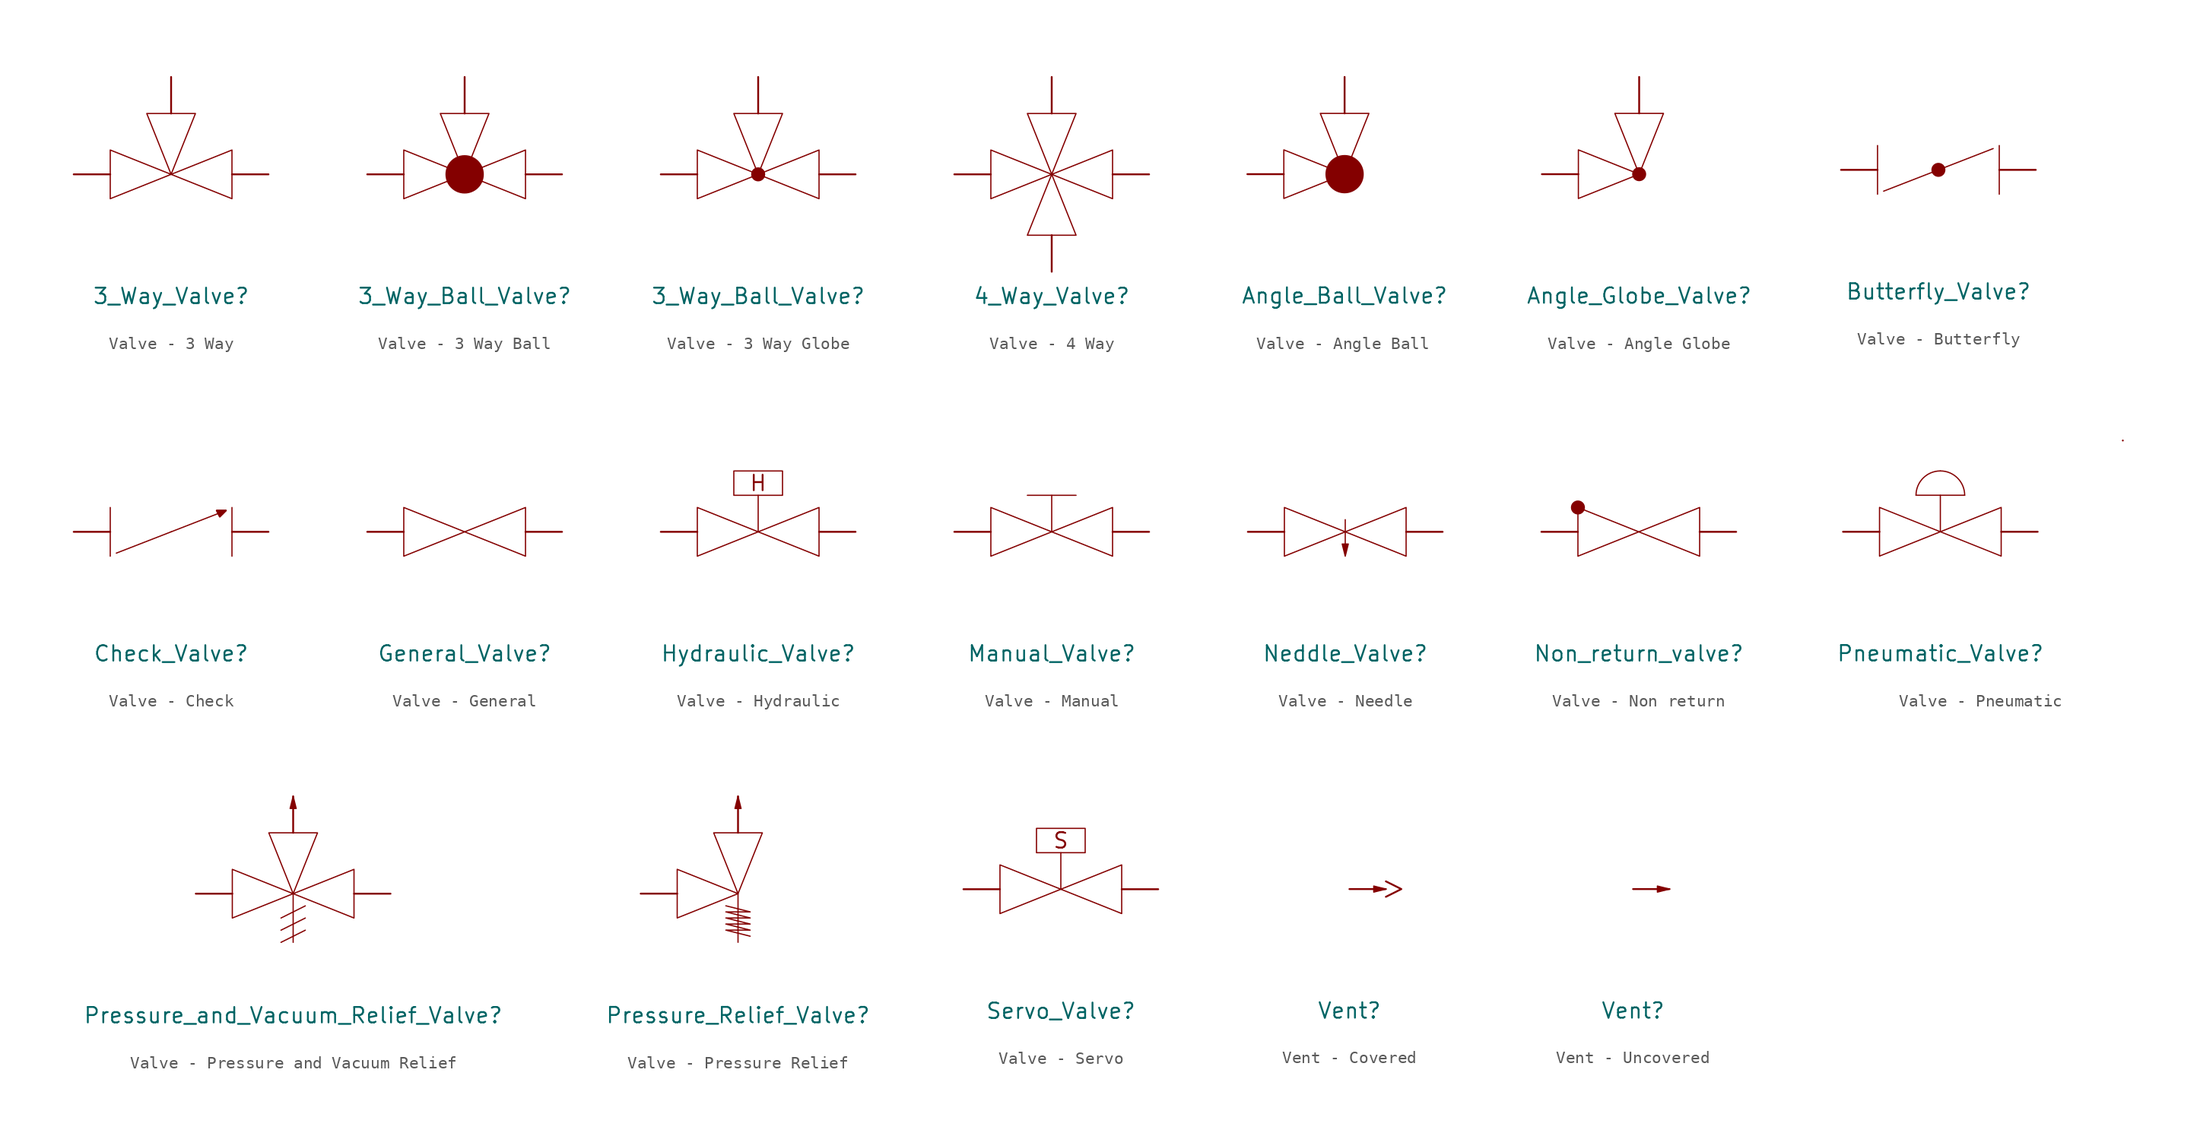
<source format=kicad_sym>
(kicad_symbol_lib
  (version 20231120)
  (generator "kicad_symbol_editor")
  (generator_version "8.0")
  (symbol "Valve - 3 Way"
    (property Reference "3_Way_Valve"
      (at 0 -10 0)
      (effects (font (size 1.27 1.27))))
    (property Value ""
      (at 0 0 0)
      (effects (font (size 1.27 1.27))))
    (symbol "Valve - 3 Way_1_1"
      (rectangle private (start -8 8) (end 8 -8) (stroke (width 0.1) (type dot)) (fill (type none)))
      (rectangle private (start -5 5) (end 5 -5) (stroke (width 0.1) (type dot)) (fill (type none)))
      (polyline (pts (xy 0 0) (xy -5 2) (xy -5 -2) (xy 0 0)) (stroke (width 0.1) (type default)) (fill (type none)))
      (polyline (pts (xy 0 0) (xy -2 5) (xy 2 5) (xy 0 0)) (stroke (width 0.1) (type default)) (fill (type none)))
      (polyline (pts (xy 0 0) (xy 5 2) (xy 5 -2) (xy 0 0)) (stroke (width 0.1) (type default)) (fill (type none)))
      (pin bidirectional line (at -8 0 0) (length 3) (name "" (effects (font (size 1.27 1.27)))) (number "" (effects (font (size 1.27 1.27)))))
      (pin bidirectional line (at 0 8 270) (length 3) (name "" (effects (font (size 1.27 1.27)))) (number "" (effects (font (size 1.27 1.27)))))
      (pin bidirectional line (at 8 0 180) (length 3) (name "" (effects (font (size 1.27 1.27)))) (number "" (effects (font (size 1.27 1.27)))))))
  (symbol "Valve - 3 Way Ball"
    (property Reference "3_Way_Ball_Valve"
      (at 0 -10 0)
      (effects (font (size 1.27 1.27))))
    (property Value ""
      (at 0 0 0)
      (effects (font (size 1.27 1.27))))
    (symbol "Valve - 3 Way Ball_1_1"
      (rectangle private (start -8 8) (end 8 -8) (stroke (width 0.1) (type dot)) (fill (type none)))
      (rectangle private (start -5 5) (end 5 -5) (stroke (width 0.1) (type dot)) (fill (type none)))
      (polyline (pts (xy 0 0) (xy -5 2) (xy -5 -2) (xy 0 0)) (stroke (width 0.1) (type default)) (fill (type none)))
      (polyline (pts (xy 0 0) (xy -2 5) (xy 2 5) (xy 0 0)) (stroke (width 0.1) (type default)) (fill (type none)))
      (polyline (pts (xy 0 0) (xy 5 2) (xy 5 -2) (xy 0 0)) (stroke (width 0.1) (type default)) (fill (type none)))
      (circle (center 0 0) (radius 1.5) (stroke (width 0) (type default)) (fill (type outline)))
      (pin bidirectional line (at -8 0 0) (length 3) (name "" (effects (font (size 1.27 1.27)))) (number "" (effects (font (size 1.27 1.27)))))
      (pin bidirectional line (at 0 8 270) (length 3) (name "" (effects (font (size 1.27 1.27)))) (number "" (effects (font (size 1.27 1.27)))))
      (pin bidirectional line (at 8 0 180) (length 3) (name "" (effects (font (size 1.27 1.27)))) (number "" (effects (font (size 1.27 1.27)))))))
  (symbol "Valve - 3 Way Globe"
    (property Reference "3_Way_Ball_Valve"
      (at 0 -10 0)
      (effects (font (size 1.27 1.27))))
    (property Value ""
      (at 0 0 0)
      (effects (font (size 1.27 1.27))))
    (symbol "Valve - 3 Way Globe_1_1"
      (rectangle private (start -8 8) (end 8 -8) (stroke (width 0.1) (type dot)) (fill (type none)))
      (rectangle private (start -5 5) (end 5 -5) (stroke (width 0.1) (type dot)) (fill (type none)))
      (polyline (pts (xy 0 0) (xy -5 2) (xy -5 -2) (xy 0 0)) (stroke (width 0.1) (type default)) (fill (type none)))
      (polyline (pts (xy 0 0) (xy -2 5) (xy 2 5) (xy 0 0)) (stroke (width 0.1) (type default)) (fill (type none)))
      (polyline (pts (xy 0 0) (xy 5 2) (xy 5 -2) (xy 0 0)) (stroke (width 0.1) (type default)) (fill (type none)))
      (circle (center 0 0) (radius 0.5) (stroke (width 0) (type default)) (fill (type outline)))
      (pin bidirectional line (at -8 0 0) (length 3) (name "" (effects (font (size 1.27 1.27)))) (number "" (effects (font (size 1.27 1.27)))))
      (pin bidirectional line (at 0 8 270) (length 3) (name "" (effects (font (size 1.27 1.27)))) (number "" (effects (font (size 1.27 1.27)))))
      (pin bidirectional line (at 8 0 180) (length 3) (name "" (effects (font (size 1.27 1.27)))) (number "" (effects (font (size 1.27 1.27)))))))
  (symbol "Valve - 4 Way"
    (property Reference "4_Way_Valve"
      (at 0 -10 0)
      (effects (font (size 1.27 1.27))))
    (property Value ""
      (at 0 0 0)
      (effects (font (size 1.27 1.27))))
    (symbol "Valve - 4 Way_1_1"
      (rectangle private (start -8 8) (end 8 -8) (stroke (width 0.1) (type dot)) (fill (type none)))
      (rectangle private (start -5 5) (end 5 -5) (stroke (width 0.1) (type dot)) (fill (type none)))
      (polyline (pts (xy 0 0) (xy -5 2) (xy -5 -2) (xy 0 0)) (stroke (width 0.1) (type default)) (fill (type none)))
      (polyline (pts (xy 0 0) (xy -2 -5) (xy 2 -5) (xy 0 0)) (stroke (width 0.1) (type default)) (fill (type none)))
      (polyline (pts (xy 0 0) (xy -2 5) (xy 2 5) (xy 0 0)) (stroke (width 0.1) (type default)) (fill (type none)))
      (polyline (pts (xy 0 0) (xy 5 2) (xy 5 -2) (xy 0 0)) (stroke (width 0.1) (type default)) (fill (type none)))
      (pin bidirectional line (at -8 0 0) (length 3) (name "" (effects (font (size 1.27 1.27)))) (number "" (effects (font (size 1.27 1.27)))))
      (pin bidirectional line (at 0 -8 90) (length 3) (name "" (effects (font (size 1.27 1.27)))) (number "" (effects (font (size 1.27 1.27)))))
      (pin bidirectional line (at 0 8 270) (length 3) (name "" (effects (font (size 1.27 1.27)))) (number "" (effects (font (size 1.27 1.27)))))
      (pin bidirectional line (at 8 0 180) (length 3) (name "" (effects (font (size 1.27 1.27)))) (number "" (effects (font (size 1.27 1.27)))))))
  (symbol "Valve - Angle Ball"
    (property Reference Angle_Ball_Valve
      (at 0 -10 0)
      (effects (font (size 1.27 1.27))))
    (property Value ""
      (at 0 0 0)
      (effects (font (size 1.27 1.27))))
    (symbol "Valve - Angle Ball_1_1"
      (rectangle private (start -8 8) (end 8 -8) (stroke (width 0.1) (type dot)) (fill (type none)))
      (rectangle private (start -5 5) (end 5 -5) (stroke (width 0.1) (type dot)) (fill (type none)))
      (polyline (pts (xy 0 0) (xy -5 2) (xy -5 -2) (xy 0 0)) (stroke (width 0.1) (type default)) (fill (type none)))
      (polyline (pts (xy 0 0) (xy -2 5) (xy 2 5) (xy 0 0)) (stroke (width 0.1) (type default)) (fill (type none)))
      (circle (center 0 0) (radius 1.5) (stroke (width 0) (type default)) (fill (type outline)))
      (pin bidirectional line (at -8 0 0) (length 3) (name "" (effects (font (size 1.27 1.27)))) (number "" (effects (font (size 1.27 1.27)))))
      (pin bidirectional line (at 0 8 270) (length 3) (name "" (effects (font (size 1.27 1.27)))) (number "" (effects (font (size 1.27 1.27)))))))
  (symbol "Valve - Angle Globe"
    (property Reference Angle_Globe_Valve
      (at 0 -10 0)
      (effects (font (size 1.27 1.27))))
    (property Value ""
      (at 0 0 0)
      (effects (font (size 1.27 1.27))))
    (symbol "Valve - Angle Globe_1_1"
      (rectangle private (start -8 8) (end 8 -8) (stroke (width 0.1) (type dot)) (fill (type none)))
      (rectangle private (start -5 5) (end 5 -5) (stroke (width 0.1) (type dot)) (fill (type none)))
      (polyline (pts (xy 0 0) (xy -5 2) (xy -5 -2) (xy 0 0)) (stroke (width 0.1) (type default)) (fill (type none)))
      (polyline (pts (xy 0 0) (xy -2 5) (xy 2 5) (xy 0 0)) (stroke (width 0.1) (type default)) (fill (type none)))
      (circle (center 0 0) (radius 0.5) (stroke (width 0) (type default)) (fill (type outline)))
      (pin bidirectional line (at -8 0 0) (length 3) (name "" (effects (font (size 1.27 1.27)))) (number "" (effects (font (size 1.27 1.27)))))
      (pin bidirectional line (at 0 8 270) (length 3) (name "" (effects (font (size 1.27 1.27)))) (number "" (effects (font (size 1.27 1.27)))))))
  (symbol "Valve - Butterfly"
    (property Reference Butterfly_Valve
      (at 0 -10 0)
      (effects (font (size 1.27 1.27))))
    (property Value ""
      (at -0.25 0 0)
      (effects (font (size 1.27 1.27))))
    (symbol "Valve - Butterfly_1_1"
      (rectangle private (start -8 8) (end 8 -8) (stroke (width 0.1) (type dot)) (fill (type none)))
      (rectangle private (start -5 5) (end 5 -5) (stroke (width 0.1) (type dot)) (fill (type none)))
      (polyline (pts (xy -5 2) (xy -5 -2)) (stroke (width 0.1) (type default)) (fill (type none)))
      (polyline (pts (xy -4.5 -1.75) (xy 0 0)) (stroke (width 0.1) (type default)) (fill (type none)))
      (polyline (pts (xy 0 0) (xy 4.5 1.75)) (stroke (width 0.1) (type default)) (fill (type none)))
      (polyline (pts (xy 5 2) (xy 5 -2)) (stroke (width 0.1) (type default)) (fill (type none)))
      (circle (center 0 0) (radius 0.5) (stroke (width 0) (type default)) (fill (type outline)))
      (pin bidirectional line (at -8 0 0) (length 3) (name "" (effects (font (size 1.27 1.27)))) (number "" (effects (font (size 1.27 1.27)))))
      (pin bidirectional line (at 8 0 180) (length 3) (name "" (effects (font (size 1.27 1.27)))) (number "" (effects (font (size 1.27 1.27)))))))
  (symbol "Valve - Check"
    (property Reference Check_Valve
      (at 0 -10 0)
      (effects (font (size 1.27 1.27))))
    (property Value ""
      (at 0 0 0)
      (effects (font (size 1.27 1.27))))
    (symbol "Valve - Check_1_1"
      (rectangle private (start -8 8) (end 8 -8) (stroke (width 0.1) (type dot)) (fill (type none)))
      (rectangle private (start -5 5) (end 5 -5) (stroke (width 0.1) (type dot)) (fill (type none)))
      (polyline (pts (xy -5 -2) (xy -5 2)) (stroke (width 0.1) (type default)) (fill (type none)))
      (polyline (pts (xy -4.5 -1.75) (xy 0 0)) (stroke (width 0.1) (type default)) (fill (type none)))
      (polyline (pts (xy 0 0) (xy 4.5 1.75)) (stroke (width 0.1) (type default)) (fill (type none)))
      (polyline (pts (xy 5 2) (xy 5 -2)) (stroke (width 0.1) (type default)) (fill (type none)))
      (polyline (pts (xy 4.5 1.75) (xy 3.75 1.75) (xy 4 1.25) (xy 4.5 1.75)) (stroke (width 0) (type default)) (fill (type outline)))
      (pin input line (at -8 0 0) (length 3) (name "" (effects (font (size 1.27 1.27)))) (number "" (effects (font (size 1.27 1.27)))))
      (pin output line (at 8 0 180) (length 3) (name "" (effects (font (size 1.27 1.27)))) (number "" (effects (font (size 1.27 1.27)))))))
  (symbol "Valve - General"
    (property Reference General_Valve
      (at 0 -10 0)
      (effects (font (size 1.27 1.27))))
    (property Value ""
      (at 0 0 0)
      (effects (font (size 1.27 1.27))))
    (symbol "Valve - General_1_1"
      (rectangle private (start -8 8) (end 8 -8) (stroke (width 0.1) (type dot)) (fill (type none)))
      (rectangle private (start -5 5) (end 5 -5) (stroke (width 0.1) (type dot)) (fill (type none)))
      (polyline (pts (xy 0 0) (xy -5 2) (xy -5 -2) (xy 0 0)) (stroke (width 0.1) (type default)) (fill (type none)))
      (polyline (pts (xy 0 0) (xy 5 2) (xy 5 -2) (xy 0 0)) (stroke (width 0.1) (type default)) (fill (type none)))
      (pin bidirectional line (at -8 0 0) (length 3) (name "" (effects (font (size 1.27 1.27)))) (number "" (effects (font (size 1.27 1.27)))))
      (pin bidirectional line (at 8 0 180) (length 3) (name "" (effects (font (size 1.27 1.27)))) (number "" (effects (font (size 1.27 1.27)))))))
  (symbol "Valve - Hydraulic"
    (property Reference Hydraulic_Valve
      (at 0 -10 0)
      (effects (font (size 1.27 1.27))))
    (property Value ""
      (at 0 0 0)
      (effects (font (size 1.27 1.27))))
    (symbol "Valve - Hydraulic_1_1"
      (rectangle private (start -8 8) (end 8 -8) (stroke (width 0.1) (type dot)) (fill (type none)))
      (rectangle private (start -5 5) (end 5 -5) (stroke (width 0.1) (type dot)) (fill (type none)))
      (rectangle (start -2 5) (end 2 3) (stroke (width 0.1) (type default)) (fill (type none)))
      (polyline (pts (xy 0 3) (xy 0 0)) (stroke (width 0.1) (type default)) (fill (type none)))
      (polyline (pts (xy 0 0) (xy -5 2) (xy -5 -2) (xy 0 0)) (stroke (width 0.1) (type default)) (fill (type none)))
      (polyline (pts (xy 0 0) (xy 5 2) (xy 5 -2) (xy 0 0)) (stroke (width 0.1) (type default)) (fill (type none)))
      (text H (at 0 4 0) (effects (font (size 1.27 1.27))))
      (pin bidirectional line (at -8 0 0) (length 3) (name "" (effects (font (size 1.27 1.27)))) (number "" (effects (font (size 1.27 1.27)))))
      (pin bidirectional line (at 8 0 180) (length 3) (name "" (effects (font (size 1.27 1.27)))) (number "" (effects (font (size 1.27 1.27)))))))
  (symbol "Valve - Manual"
    (property Reference Manual_Valve
      (at 0 -10 0)
      (effects (font (size 1.27 1.27))))
    (property Value ""
      (at 0 0 0)
      (effects (font (size 1.27 1.27))))
    (symbol "Valve - Manual_1_1"
      (rectangle private (start -8 8) (end 8 -8) (stroke (width 0.1) (type dot)) (fill (type none)))
      (rectangle private (start -5 5) (end 5 -5) (stroke (width 0.1) (type dot)) (fill (type none)))
      (polyline (pts (xy 0 3) (xy 0 0)) (stroke (width 0.1) (type default)) (fill (type none)))
      (polyline (pts (xy 2 3) (xy -2 3)) (stroke (width 0.1) (type default)) (fill (type none)))
      (polyline (pts (xy 0 0) (xy -5 2) (xy -5 -2) (xy 0 0)) (stroke (width 0.1) (type default)) (fill (type none)))
      (polyline (pts (xy 0 0) (xy 5 2) (xy 5 -2) (xy 0 0)) (stroke (width 0.1) (type default)) (fill (type none)))
      (pin bidirectional line (at -8 0 0) (length 3) (name "" (effects (font (size 1.27 1.27)))) (number "" (effects (font (size 1.27 1.27)))))
      (pin bidirectional line (at 8 0 180) (length 3) (name "" (effects (font (size 1.27 1.27)))) (number "" (effects (font (size 1.27 1.27)))))))
  (symbol "Valve - Needle"
    (property Reference Neddle_Valve
      (at 0 -10 0)
      (effects (font (size 1.27 1.27))))
    (property Value ""
      (at 0 0 0)
      (effects (font (size 1.27 1.27))))
    (symbol "Valve - Needle_1_1"
      (rectangle private (start -8 8) (end 8 -8) (stroke (width 0.1) (type dot)) (fill (type none)))
      (rectangle private (start -5 5) (end 5 -5) (stroke (width 0.1) (type dot)) (fill (type none)))
      (polyline (pts (xy 0 0) (xy 0 -1)) (stroke (width 0.1) (type default)) (fill (type none)))
      (polyline (pts (xy 0 1) (xy 0 0)) (stroke (width 0.1) (type default)) (fill (type none)))
      (polyline (pts (xy 0 0) (xy -5 2) (xy -5 -2) (xy 0 0)) (stroke (width 0.1) (type default)) (fill (type none)))
      (polyline (pts (xy 0 0) (xy 5 2) (xy 5 -2) (xy 0 0)) (stroke (width 0.1) (type default)) (fill (type none)))
      (polyline (pts (xy 0 -1) (xy -0.25 -1) (xy 0 -2) (xy 0.25 -1) (xy 0 -1)) (stroke (width 0.1) (type default)) (fill (type outline)))
      (pin bidirectional line (at -8 0 0) (length 3) (name "" (effects (font (size 1.27 1.27)))) (number "" (effects (font (size 1.27 1.27)))))
      (pin bidirectional line (at 8 0 180) (length 3) (name "" (effects (font (size 1.27 1.27)))) (number "" (effects (font (size 1.27 1.27)))))))
  (symbol "Valve - Non return"
    (property Reference Non_return_valve
      (at 0 -10 0)
      (effects (font (size 1.27 1.27))))
    (property Value ""
      (at 0 0 0)
      (effects (font (size 1.27 1.27))))
    (symbol "Valve - Non return_1_1"
      (rectangle private (start -8 8) (end 8 -8) (stroke (width 0.1) (type dot)) (fill (type none)))
      (rectangle private (start -5 5) (end 5 -5) (stroke (width 0.1) (type dot)) (fill (type none)))
      (circle (center -5 2) (radius 0.5) (stroke (width 0) (type default)) (fill (type outline)))
      (polyline (pts (xy 0 0) (xy -5 2) (xy -5 -2) (xy 0 0)) (stroke (width 0.1) (type default)) (fill (type none)))
      (polyline (pts (xy 0 0) (xy 5 2) (xy 5 -2) (xy 0 0)) (stroke (width 0.1) (type default)) (fill (type none)))
      (pin input line (at -8 0 0) (length 3) (name "" (effects (font (size 1.27 1.27)))) (number "" (effects (font (size 1.27 1.27)))))
      (pin output line (at 8 0 180) (length 3) (name "" (effects (font (size 1.27 1.27)))) (number "" (effects (font (size 1.27 1.27)))))))
  (symbol "Valve - Pneumatic"
    (property Reference Pneumatic_Valve
      (at 0 -10 0)
      (effects (font (size 1.27 1.27))))
    (property Value ""
      (at 0 0 0)
      (effects (font (size 1.27 1.27))))
    (symbol "Valve - Pneumatic_1_1"
      (rectangle private (start -8 8) (end 8 -8) (stroke (width 0.1) (type dot)) (fill (type none)))
      (rectangle private (start -5 5) (end 5 -5) (stroke (width 0.1) (type dot)) (fill (type none)))
      (polyline (pts (xy 0 3) (xy 0 0)) (stroke (width 0.1) (type default)) (fill (type none)))
      (polyline (pts (xy 2 3) (xy -2 3)) (stroke (width 0.1) (type default)) (fill (type none)))
      (polyline (pts (xy 15 7.5) (xy 15 7.5)) (stroke (width 0) (type default)) (fill (type none)))
      (polyline (pts (xy 0 0) (xy -5 2) (xy -5 -2) (xy 0 0)) (stroke (width 0.1) (type default)) (fill (type none)))
      (polyline (pts (xy 0 0) (xy 5 2) (xy 5 -2) (xy 0 0)) (stroke (width 0.1) (type default)) (fill (type none)))
      (arc (start 0 5) (mid -1.4142 4.4142) (end -2 3) (stroke (width 0.1000) (type default)) (fill (type none)))
      (arc (start 2 3) (mid 1.4142 4.4142) (end 0 5) (stroke (width 0.1000) (type default)) (fill (type none)))
      (pin bidirectional line (at -8 0 0) (length 3) (name "" (effects (font (size 1.27 1.27)))) (number "" (effects (font (size 1.27 1.27)))))
      (pin bidirectional line (at 8 0 180) (length 3) (name "" (effects (font (size 1.27 1.27)))) (number "" (effects (font (size 1.27 1.27)))))))
  (symbol "Valve - Pressure and Vacuum Relief"
    (property Reference Pressure_and_Vacuum_Relief_Valve
      (at 0 -10 0)
      (effects (font (size 1.27 1.27))))
    (property Value ""
      (at 0 0 0)
      (effects (font (size 1.27 1.27))))
    (symbol "Valve - Pressure and Vacuum Relief_1_1"
      (rectangle private (start -8 8) (end 8 -8) (stroke (width 0.1) (type dot)) (fill (type none)))
      (rectangle private (start -5 5) (end 5 -5) (stroke (width 0.1) (type dot)) (fill (type none)))
      (polyline (pts (xy -1 -4) (xy 1 -3)) (stroke (width 0.1) (type default)) (fill (type none)))
      (polyline (pts (xy -1 -3) (xy 1 -2)) (stroke (width 0.1) (type default)) (fill (type none)))
      (polyline (pts (xy -1 -2) (xy 1 -1)) (stroke (width 0.1) (type default)) (fill (type none)))
      (polyline (pts (xy 0 0) (xy 0 -4)) (stroke (width 0.1) (type default)) (fill (type none)))
      (polyline (pts (xy 0 0) (xy -5 2) (xy -5 -2) (xy 0 0)) (stroke (width 0.1) (type default)) (fill (type none)))
      (polyline (pts (xy 0 0) (xy -2 5) (xy 2 5) (xy 0 0)) (stroke (width 0.1) (type default)) (fill (type none)))
      (polyline (pts (xy 0 0) (xy 5 2) (xy 5 -2) (xy 0 0)) (stroke (width 0.1) (type default)) (fill (type none)))
      (polyline (pts (xy 0 8) (xy -0.25 7) (xy 0.25 7) (xy 0 8)) (stroke (width 0.1) (type default)) (fill (type outline)))
      (pin input line (at -8 0 0) (length 3) (name "" (effects (font (size 1.27 1.27)))) (number "" (effects (font (size 1.27 1.27)))))
      (pin open_emitter line (at 0 8 270) (length 3) (name "" (effects (font (size 1.27 1.27)))) (number "" (effects (font (size 1.27 1.27)))))
      (pin output line (at 8 0 180) (length 3) (name "" (effects (font (size 1.27 1.27)))) (number "" (effects (font (size 1.27 1.27)))))))
  (symbol "Valve - Pressure Relief"
    (property Reference Pressure_Relief_Valve
      (at 0 -10 0)
      (effects (font (size 1.27 1.27))))
    (property Value ""
      (at 0 0 0)
      (effects (font (size 1.27 1.27))))
    (symbol "Valve - Pressure Relief_1_1"
      (rectangle private (start -8 8) (end 8 -8) (stroke (width 0.1) (type dot)) (fill (type none)))
      (rectangle private (start -5 5) (end 5 -5) (stroke (width 0.1) (type dot)) (fill (type none)))
      (polyline (pts (xy 0 0) (xy 0 -4)) (stroke (width 0.1) (type default)) (fill (type none)))
      (polyline (pts (xy 0 0) (xy -5 2) (xy -5 -2) (xy 0 0)) (stroke (width 0.1) (type default)) (fill (type none)))
      (polyline (pts (xy 0 0) (xy -2 5) (xy 2 5) (xy 0 0)) (stroke (width 0.1) (type default)) (fill (type none)))
      (polyline (pts (xy 0 8) (xy -0.25 7) (xy 0.25 7) (xy 0 8)) (stroke (width 0.1) (type default)) (fill (type outline)))
      (polyline (pts (xy -1 -1) (xy 1 -1.5) (xy -1 -1.5) (xy 1 -2) (xy -1 -2) (xy 1 -2.5) (xy -1 -2.5) (xy 1 -3) (xy -1 -3) (xy 1 -3.5)) (stroke (width 0.1) (type default)) (fill (type none)))
      (pin input line (at -8 0 0) (length 3) (name "" (effects (font (size 1.27 1.27)))) (number "" (effects (font (size 1.27 1.27)))))
      (pin open_emitter line (at 0 8 270) (length 3) (name "" (effects (font (size 1.27 1.27)))) (number "" (effects (font (size 1.27 1.27)))))))
  (symbol "Valve - Servo"
    (property Reference Servo_Valve
      (at 0 -10 0)
      (effects (font (size 1.27 1.27))))
    (property Value ""
      (at 0 0 0)
      (effects (font (size 1.27 1.27))))
    (symbol "Valve - Servo_1_1"
      (rectangle private (start -8 8) (end 8 -8) (stroke (width 0.1) (type dot)) (fill (type none)))
      (rectangle private (start -5 5) (end 5 -5) (stroke (width 0.1) (type dot)) (fill (type none)))
      (rectangle (start -2 5) (end 2 3) (stroke (width 0.1) (type default)) (fill (type none)))
      (polyline (pts (xy 0 3) (xy 0 0)) (stroke (width 0.1) (type default)) (fill (type none)))
      (polyline (pts (xy 0 0) (xy -5 2) (xy -5 -2) (xy 0 0)) (stroke (width 0.1) (type default)) (fill (type none)))
      (polyline (pts (xy 0 0) (xy 5 2) (xy 5 -2) (xy 0 0)) (stroke (width 0.1) (type default)) (fill (type none)))
      (text S (at 0 4 0) (effects (font (size 1.27 1.27))))
      (pin input line (at -8 0 0) (length 3) (name "" (effects (font (size 1.27 1.27)))) (number "" (effects (font (size 1.27 1.27)))))
      (pin output line (at 8 0 180) (length 3) (name "" (effects (font (size 1.27 1.27)))) (number "" (effects (font (size 1.27 1.27)))))))
  (symbol "Vent - Covered"
    (property Reference Vent
      (at 0 -10 0)
      (effects (font (size 1.27 1.27))))
    (property Value ""
      (at 0 0 0)
      (effects (font (size 1.27 1.27))))
    (symbol "Vent - Covered_1_1"
      (rectangle private (start -8 8) (end 8 -8) (stroke (width 0.1) (type dot)) (fill (type none)))
      (rectangle private (start -5 5) (end 5 -5) (stroke (width 0.1) (type dot)) (fill (type none)))
      (polyline (pts (xy 3 0) (xy 2 0.25) (xy 2 -0.25) (xy 3 0)) (stroke (width 0.1) (type default)) (fill (type outline)))
      (pin output clock (at 0 0 0) (length 3) (name "" (effects (font (size 1.27 1.27)))) (number "" (effects (font (size 1.27 1.27)))))))
  (symbol "Vent - Uncovered"
    (property Reference Vent
      (at 0 -10 0)
      (effects (font (size 1.27 1.27))))
    (property Value ""
      (at 0 0 0)
      (effects (font (size 1.27 1.27))))
    (symbol "Vent - Uncovered_1_1"
      (rectangle private (start -8 8) (end 8 -8) (stroke (width 0.1) (type dot)) (fill (type none)))
      (rectangle private (start -5 5) (end 5 -5) (stroke (width 0.1) (type dot)) (fill (type none)))
      (polyline (pts (xy 3 0) (xy 2 0.25) (xy 2 -0.25) (xy 3 0)) (stroke (width 0.1) (type default)) (fill (type outline)))
      (pin output line (at 0 0 0) (length 3) (name "" (effects (font (size 1.27 1.27)))) (number "" (effects (font (size 1.27 1.27))))))))
</source>
